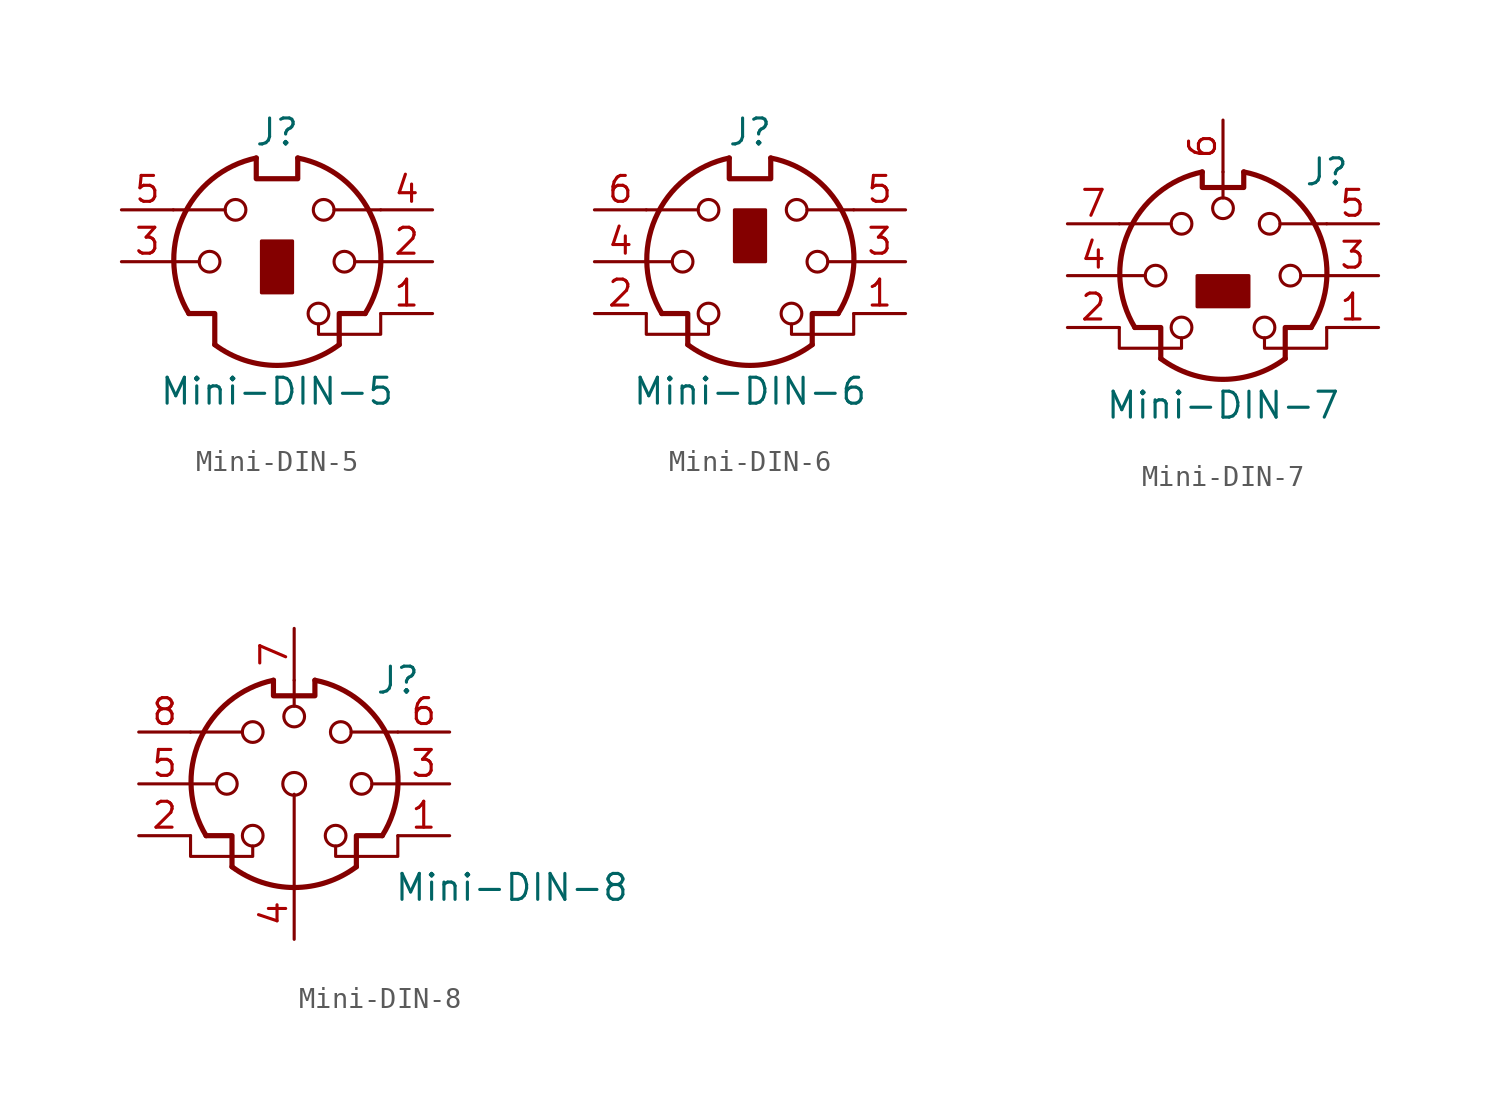
<source format=kicad_sym>
(kicad_symbol_lib
  (version 20201005)
  (generator kicad_symbol_editor)
  (symbol "Mini-DIN-5"
    (pin_names
      (offset 1.016))
    (property "Reference" "J"
      (at 0 6.35 0)
      (effects (font (size 1.27 1.27))))
    (property "Value" "Mini-DIN-5"
      (at 0 -6.35 0)
      (effects (font (size 1.27 1.27))))
    (symbol "Mini-DIN-5_0_1"
      (arc (start -3.048 -4.064) (end 3.048 -4.064) (radius (at 0 0) (length 5.08) (angles -126.9 -53.1)) (stroke (width 0.254)) (fill (type none)))
      (arc (start -1.016 5.08) (end -4.318 -2.54) (radius (at 0.0508 0.1016) (length 5.08) (angles 102.1 -148.8)) (stroke (width 0.254)) (fill (type none)))
      (arc (start 4.318 -2.54) (end 1.016 5.08) (radius (at 0.0508 0.127) (length 5.0292) (angles -32 79)) (stroke (width 0.254)) (fill (type none)))
      (circle (center -3.302 0) (radius 0.508) (stroke (width 0)) (fill (type none)))
      (circle (center -2.032 2.54) (radius 0.508) (stroke (width 0)) (fill (type none)))
      (circle (center 2.032 -2.54) (radius 0.508) (stroke (width 0)) (fill (type none)))
      (circle (center 2.286 2.54) (radius 0.508) (stroke (width 0)) (fill (type none)))
      (circle (center 3.302 0) (radius 0.508) (stroke (width 0)) (fill (type none)))
      (rectangle (start -0.762 1.016) (end 0.762 -1.524) (stroke (width 0)) (fill (type outline)))
      (polyline (pts (xy -3.81 0) (xy -5.08 0)) (stroke (width 0)) (fill (type none)))
      (polyline (pts (xy -2.54 2.54) (xy -5.08 2.54)) (stroke (width 0)) (fill (type none)))
      (polyline (pts (xy 2.794 2.54) (xy 5.08 2.54)) (stroke (width 0)) (fill (type none)))
      (polyline (pts (xy 5.08 0) (xy 3.81 0)) (stroke (width 0)) (fill (type none)))
      (polyline (pts (xy -4.318 -2.54) (xy -3.048 -2.54) (xy -3.048 -4.064)) (stroke (width 0.254)) (fill (type none)))
      (polyline (pts (xy 4.318 -2.54) (xy 3.048 -2.54) (xy 3.048 -4.064)) (stroke (width 0.254)) (fill (type none)))
      (polyline (pts (xy -1.016 5.08) (xy -1.016 4.064) (xy 1.016 4.064) (xy 1.016 5.08)) (stroke (width 0.254)) (fill (type none)))
      (polyline (pts (xy 2.032 -3.048) (xy 2.032 -3.556) (xy 5.08 -3.556) (xy 5.08 -2.54)) (stroke (width 0)) (fill (type none))))
    (symbol "Mini-DIN-5_1_1"
      (pin passive line (at 7.62 -2.54 180) (length 2.54) (name "~" (effects (font (size 1.27 1.27)))) (number "1" (effects (font (size 1.27 1.27)))))
      (pin passive line (at 7.62 0 180) (length 2.54) (name "~" (effects (font (size 1.27 1.27)))) (number "2" (effects (font (size 1.27 1.27)))))
      (pin passive line (at -7.62 0 0) (length 2.54) (name "~" (effects (font (size 1.27 1.27)))) (number "3" (effects (font (size 1.27 1.27)))))
      (pin passive line (at 7.62 2.54 180) (length 2.54) (name "~" (effects (font (size 1.27 1.27)))) (number "4" (effects (font (size 1.27 1.27)))))
      (pin passive line (at -7.62 2.54 0) (length 2.54) (name "~" (effects (font (size 1.27 1.27)))) (number "5" (effects (font (size 1.27 1.27)))))))
  (symbol "Mini-DIN-6"
    (pin_names
      (offset 1.016))
    (property "Reference" "J"
      (at 0 6.35 0)
      (effects (font (size 1.27 1.27))))
    (property "Value" "Mini-DIN-6"
      (at 0 -6.35 0)
      (effects (font (size 1.27 1.27))))
    (symbol "Mini-DIN-6_0_1"
      (arc (start -3.048 -4.064) (end 3.048 -4.064) (radius (at 0 0) (length 5.08) (angles -126.9 -53.1)) (stroke (width 0.254)) (fill (type none)))
      (arc (start -1.016 5.08) (end -4.318 -2.54) (radius (at 0.0508 0.1016) (length 5.08) (angles 102.1 -148.8)) (stroke (width 0.254)) (fill (type none)))
      (arc (start 4.318 -2.54) (end 1.016 5.08) (radius (at 0.0508 0.127) (length 5.0292) (angles -32 79)) (stroke (width 0.254)) (fill (type none)))
      (circle (center -3.302 0) (radius 0.508) (stroke (width 0)) (fill (type none)))
      (circle (center -2.032 -2.54) (radius 0.508) (stroke (width 0)) (fill (type none)))
      (circle (center -2.032 2.54) (radius 0.508) (stroke (width 0)) (fill (type none)))
      (circle (center 2.032 -2.54) (radius 0.508) (stroke (width 0)) (fill (type none)))
      (circle (center 2.286 2.54) (radius 0.508) (stroke (width 0)) (fill (type none)))
      (circle (center 3.302 0) (radius 0.508) (stroke (width 0)) (fill (type none)))
      (rectangle (start -0.762 2.54) (end 0.762 0) (stroke (width 0)) (fill (type outline)))
      (polyline (pts (xy -3.81 0) (xy -5.08 0)) (stroke (width 0)) (fill (type none)))
      (polyline (pts (xy -2.54 2.54) (xy -5.08 2.54)) (stroke (width 0)) (fill (type none)))
      (polyline (pts (xy 2.794 2.54) (xy 5.08 2.54)) (stroke (width 0)) (fill (type none)))
      (polyline (pts (xy 5.08 0) (xy 3.81 0)) (stroke (width 0)) (fill (type none)))
      (polyline (pts (xy -4.318 -2.54) (xy -3.048 -2.54) (xy -3.048 -4.064)) (stroke (width 0.254)) (fill (type none)))
      (polyline (pts (xy 4.318 -2.54) (xy 3.048 -2.54) (xy 3.048 -4.064)) (stroke (width 0.254)) (fill (type none)))
      (polyline (pts (xy -2.032 -3.048) (xy -2.032 -3.556) (xy -5.08 -3.556) (xy -5.08 -2.54)) (stroke (width 0)) (fill (type none)))
      (polyline (pts (xy -1.016 5.08) (xy -1.016 4.064) (xy 1.016 4.064) (xy 1.016 5.08)) (stroke (width 0.254)) (fill (type none)))
      (polyline (pts (xy 2.032 -3.048) (xy 2.032 -3.556) (xy 5.08 -3.556) (xy 5.08 -2.54)) (stroke (width 0)) (fill (type none))))
    (symbol "Mini-DIN-6_1_1"
      (pin passive line (at 7.62 -2.54 180) (length 2.54) (name "~" (effects (font (size 1.27 1.27)))) (number "1" (effects (font (size 1.27 1.27)))))
      (pin passive line (at -7.62 -2.54 0) (length 2.54) (name "~" (effects (font (size 1.27 1.27)))) (number "2" (effects (font (size 1.27 1.27)))))
      (pin passive line (at 7.62 0 180) (length 2.54) (name "~" (effects (font (size 1.27 1.27)))) (number "3" (effects (font (size 1.27 1.27)))))
      (pin passive line (at -7.62 0 0) (length 2.54) (name "~" (effects (font (size 1.27 1.27)))) (number "4" (effects (font (size 1.27 1.27)))))
      (pin passive line (at 7.62 2.54 180) (length 2.54) (name "~" (effects (font (size 1.27 1.27)))) (number "5" (effects (font (size 1.27 1.27)))))
      (pin passive line (at -7.62 2.54 0) (length 2.54) (name "~" (effects (font (size 1.27 1.27)))) (number "6" (effects (font (size 1.27 1.27)))))))
  (symbol "Mini-DIN-7"
    (pin_names
      (offset 1.016))
    (property "Reference" "J"
      (at 5.08 5.08 0)
      (effects (font (size 1.27 1.27))))
    (property "Value" "Mini-DIN-7"
      (at 0 -6.35 0)
      (effects (font (size 1.27 1.27))))
    (symbol "Mini-DIN-7_0_1"
      (arc (start -3.048 -4.064) (end 3.048 -4.064) (radius (at 0 0) (length 5.08) (angles -126.9 -53.1)) (stroke (width 0.254)) (fill (type none)))
      (arc (start -1.016 5.08) (end -4.318 -2.54) (radius (at 0.0508 0.1016) (length 5.08) (angles 102.1 -148.8)) (stroke (width 0.254)) (fill (type none)))
      (arc (start 4.318 -2.54) (end 1.016 5.08) (radius (at 0.0508 0.127) (length 5.0292) (angles -32 79)) (stroke (width 0.254)) (fill (type none)))
      (circle (center -3.302 0) (radius 0.508) (stroke (width 0)) (fill (type none)))
      (circle (center -2.032 -2.54) (radius 0.508) (stroke (width 0)) (fill (type none)))
      (circle (center -2.032 2.54) (radius 0.508) (stroke (width 0)) (fill (type none)))
      (circle (center 0 3.302) (radius 0.508) (stroke (width 0)) (fill (type none)))
      (circle (center 2.032 -2.54) (radius 0.508) (stroke (width 0)) (fill (type none)))
      (circle (center 2.286 2.54) (radius 0.508) (stroke (width 0)) (fill (type none)))
      (circle (center 3.302 0) (radius 0.508) (stroke (width 0)) (fill (type none)))
      (polyline (pts (xy -3.81 0) (xy -5.08 0)) (stroke (width 0)) (fill (type none)))
      (polyline (pts (xy -2.54 2.54) (xy -5.08 2.54)) (stroke (width 0)) (fill (type none)))
      (polyline (pts (xy 0 3.81) (xy 0 5.08)) (stroke (width 0)) (fill (type none)))
      (polyline (pts (xy 2.794 2.54) (xy 5.08 2.54)) (stroke (width 0)) (fill (type none)))
      (polyline (pts (xy 5.08 0) (xy 3.81 0)) (stroke (width 0)) (fill (type none)))
      (polyline (pts (xy -4.318 -2.54) (xy -3.048 -2.54) (xy -3.048 -4.064)) (stroke (width 0.254)) (fill (type none)))
      (polyline (pts (xy 4.318 -2.54) (xy 3.048 -2.54) (xy 3.048 -4.064)) (stroke (width 0.254)) (fill (type none)))
      (polyline (pts (xy -2.032 -3.048) (xy -2.032 -3.556) (xy -5.08 -3.556) (xy -5.08 -2.54)) (stroke (width 0)) (fill (type none)))
      (polyline (pts (xy -1.016 5.08) (xy -1.016 4.318) (xy 1.016 4.318) (xy 1.016 5.08)) (stroke (width 0.254)) (fill (type none)))
      (polyline (pts (xy 2.032 -3.048) (xy 2.032 -3.556) (xy 5.08 -3.556) (xy 5.08 -2.54)) (stroke (width 0)) (fill (type none))))
    (symbol "Mini-DIN-7_1_1"
      (rectangle (start -1.27 -1.524) (end 1.27 0) (stroke (width 0)) (fill (type outline)))
      (pin passive line (at 7.62 -2.54 180) (length 2.54) (name "~" (effects (font (size 1.27 1.27)))) (number "1" (effects (font (size 1.27 1.27)))))
      (pin passive line (at -7.62 -2.54 0) (length 2.54) (name "~" (effects (font (size 1.27 1.27)))) (number "2" (effects (font (size 1.27 1.27)))))
      (pin passive line (at 7.62 0 180) (length 2.54) (name "~" (effects (font (size 1.27 1.27)))) (number "3" (effects (font (size 1.27 1.27)))))
      (pin passive line (at -7.62 0 0) (length 2.54) (name "~" (effects (font (size 1.27 1.27)))) (number "4" (effects (font (size 1.27 1.27)))))
      (pin passive line (at 7.62 2.54 180) (length 2.54) (name "~" (effects (font (size 1.27 1.27)))) (number "5" (effects (font (size 1.27 1.27)))))
      (pin passive line (at 0 7.62 270) (length 2.54) (name "~" (effects (font (size 1.27 1.27)))) (number "6" (effects (font (size 1.27 1.27)))))
      (pin passive line (at -7.62 2.54 0) (length 2.54) (name "~" (effects (font (size 1.27 1.27)))) (number "7" (effects (font (size 1.27 1.27)))))))
  (symbol "Mini-DIN-8"
    (pin_names
      (offset 1.016))
    (property "Reference" "J"
      (at 5.08 5.08 0)
      (effects (font (size 1.27 1.27))))
    (property "Value" "Mini-DIN-8"
      (at 10.668 -5.08 0)
      (effects (font (size 1.27 1.27))))
    (symbol "Mini-DIN-8_0_1"
      (arc (start -3.048 -4.064) (end 3.048 -4.064) (radius (at 0 0) (length 5.08) (angles -126.9 -53.1)) (stroke (width 0.254)) (fill (type none)))
      (arc (start -1.016 5.08) (end -4.318 -2.54) (radius (at 0.0508 0.1016) (length 5.08) (angles 102.1 -148.8)) (stroke (width 0.254)) (fill (type none)))
      (arc (start 4.318 -2.54) (end 1.016 5.08) (radius (at 0.0508 0.127) (length 5.0292) (angles -32 79)) (stroke (width 0.254)) (fill (type none)))
      (circle (center -3.302 0) (radius 0.508) (stroke (width 0)) (fill (type none)))
      (circle (center -2.032 -2.54) (radius 0.508) (stroke (width 0)) (fill (type none)))
      (circle (center -2.032 2.54) (radius 0.508) (stroke (width 0)) (fill (type none)))
      (circle (center 0 0) (radius 0.559) (stroke (width 0)) (fill (type none)))
      (circle (center 0 3.302) (radius 0.508) (stroke (width 0)) (fill (type none)))
      (circle (center 2.032 -2.54) (radius 0.508) (stroke (width 0)) (fill (type none)))
      (circle (center 2.286 2.54) (radius 0.508) (stroke (width 0)) (fill (type none)))
      (circle (center 3.302 0) (radius 0.508) (stroke (width 0)) (fill (type none)))
      (polyline (pts (xy -3.81 0) (xy -5.08 0)) (stroke (width 0)) (fill (type none)))
      (polyline (pts (xy -2.54 2.54) (xy -5.08 2.54)) (stroke (width 0)) (fill (type none)))
      (polyline (pts (xy 0 -5.08) (xy 0 -0.508)) (stroke (width 0)) (fill (type none)))
      (polyline (pts (xy 0 3.81) (xy 0 5.08)) (stroke (width 0)) (fill (type none)))
      (polyline (pts (xy 2.794 2.54) (xy 5.08 2.54)) (stroke (width 0)) (fill (type none)))
      (polyline (pts (xy 5.08 0) (xy 3.81 0)) (stroke (width 0)) (fill (type none)))
      (polyline (pts (xy -4.318 -2.54) (xy -3.048 -2.54) (xy -3.048 -4.064)) (stroke (width 0.254)) (fill (type none)))
      (polyline (pts (xy 4.318 -2.54) (xy 3.048 -2.54) (xy 3.048 -4.064)) (stroke (width 0.254)) (fill (type none)))
      (polyline (pts (xy -2.032 -3.048) (xy -2.032 -3.556) (xy -5.08 -3.556) (xy -5.08 -2.54)) (stroke (width 0)) (fill (type none)))
      (polyline (pts (xy -1.016 5.08) (xy -1.016 4.318) (xy 1.016 4.318) (xy 1.016 5.08)) (stroke (width 0.254)) (fill (type none)))
      (polyline (pts (xy 2.032 -3.048) (xy 2.032 -3.556) (xy 5.08 -3.556) (xy 5.08 -2.54)) (stroke (width 0)) (fill (type none))))
    (symbol "Mini-DIN-8_1_1"
      (pin passive line (at 7.62 -2.54 180) (length 2.54) (name "~" (effects (font (size 1.27 1.27)))) (number "1" (effects (font (size 1.27 1.27)))))
      (pin passive line (at -7.62 -2.54 0) (length 2.54) (name "~" (effects (font (size 1.27 1.27)))) (number "2" (effects (font (size 1.27 1.27)))))
      (pin passive line (at 7.62 0 180) (length 2.54) (name "~" (effects (font (size 1.27 1.27)))) (number "3" (effects (font (size 1.27 1.27)))))
      (pin passive line (at 0 -7.62 90) (length 2.54) (name "~" (effects (font (size 1.27 1.27)))) (number "4" (effects (font (size 1.27 1.27)))))
      (pin passive line (at -7.62 0 0) (length 2.54) (name "~" (effects (font (size 1.27 1.27)))) (number "5" (effects (font (size 1.27 1.27)))))
      (pin passive line (at 7.62 2.54 180) (length 2.54) (name "~" (effects (font (size 1.27 1.27)))) (number "6" (effects (font (size 1.27 1.27)))))
      (pin passive line (at 0 7.62 270) (length 2.54) (name "~" (effects (font (size 1.27 1.27)))) (number "7" (effects (font (size 1.27 1.27)))))
      (pin passive line (at -7.62 2.54 0) (length 2.54) (name "~" (effects (font (size 1.27 1.27)))) (number "8" (effects (font (size 1.27 1.27))))))))
</source>
